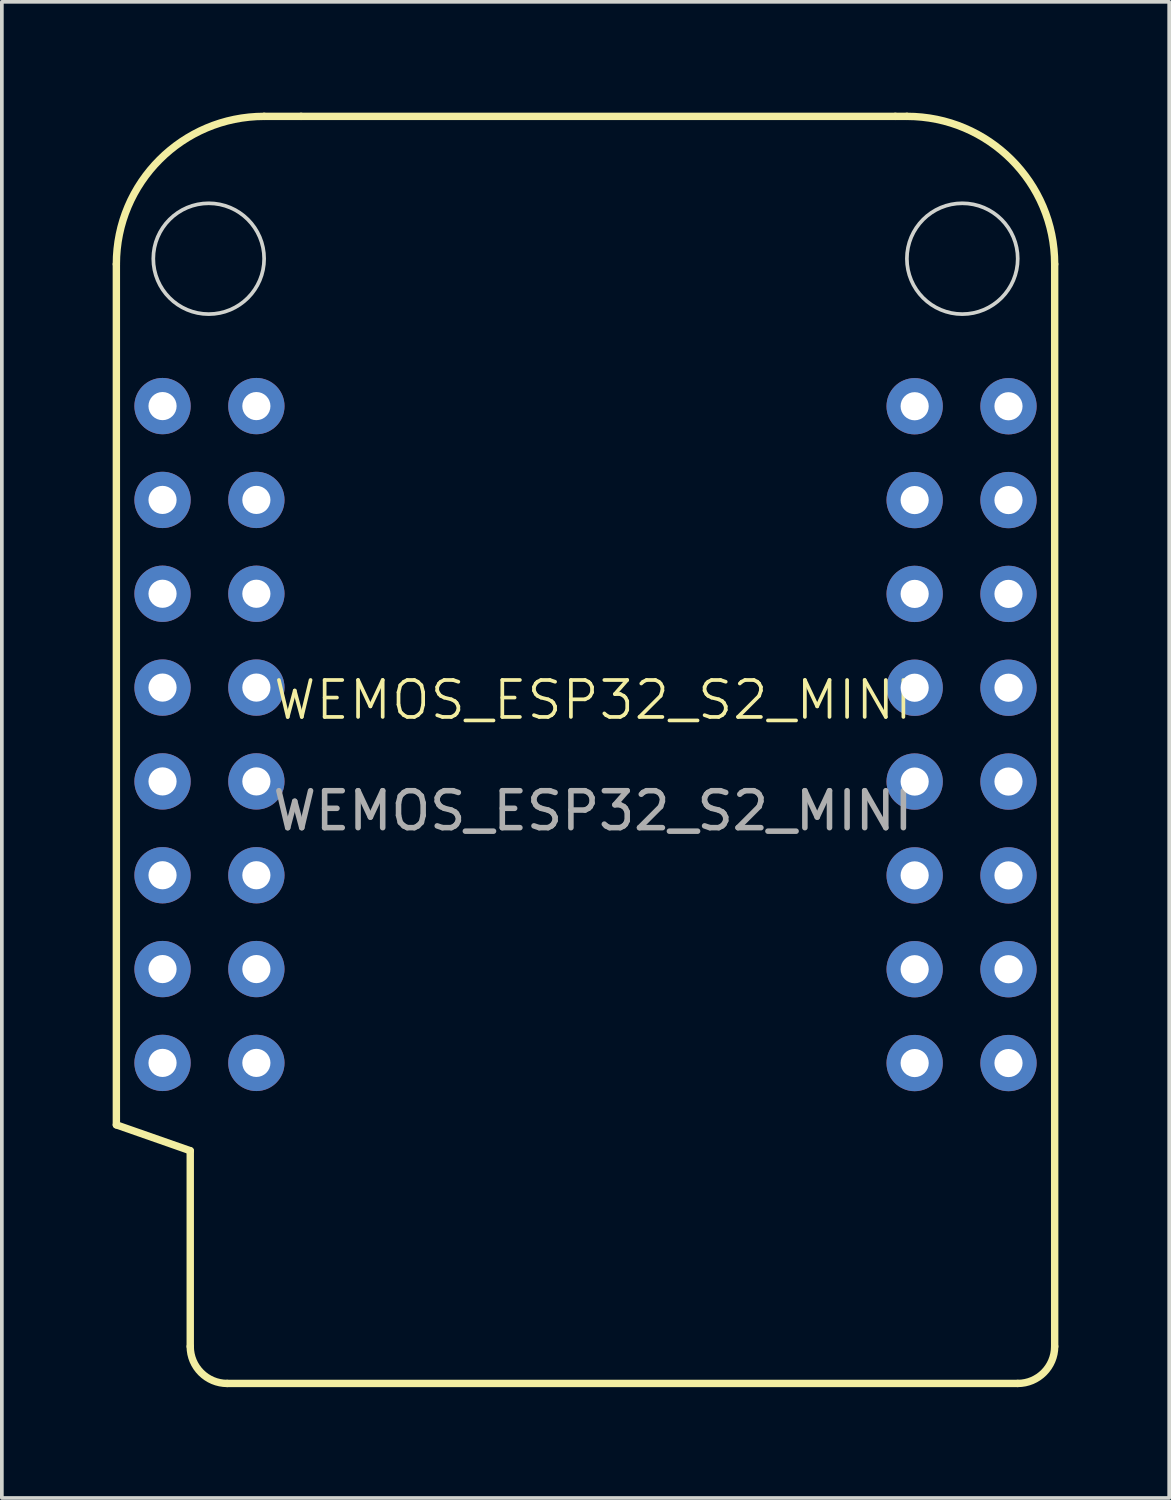
<source format=kicad_pcb>
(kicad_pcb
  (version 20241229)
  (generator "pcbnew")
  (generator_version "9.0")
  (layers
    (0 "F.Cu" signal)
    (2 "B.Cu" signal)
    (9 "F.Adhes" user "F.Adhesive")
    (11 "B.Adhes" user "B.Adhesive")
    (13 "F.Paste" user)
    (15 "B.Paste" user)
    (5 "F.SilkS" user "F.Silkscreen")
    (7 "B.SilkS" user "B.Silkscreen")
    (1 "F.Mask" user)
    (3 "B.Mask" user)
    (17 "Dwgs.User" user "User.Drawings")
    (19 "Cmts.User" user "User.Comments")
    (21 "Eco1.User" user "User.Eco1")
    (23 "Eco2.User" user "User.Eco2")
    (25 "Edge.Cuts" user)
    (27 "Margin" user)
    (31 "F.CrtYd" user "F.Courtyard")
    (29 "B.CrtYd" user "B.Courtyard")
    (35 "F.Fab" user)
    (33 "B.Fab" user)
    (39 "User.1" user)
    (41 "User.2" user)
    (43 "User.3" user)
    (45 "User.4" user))
  (footprint "WEMOS_ESP32_S2_MINI"
    (layer "F.Cu")
    (at 13 16.4)
    (property "Reference" "WEMOS_ESP32_S2_MINI" (at 0 -0.5 0) (unlocked yes) (layer "F.SilkS") (effects (font (size 1 1) (thickness 0.1))))
    (attr through_hole)
    (fp_line (start -12.9 -12.3) (end -12.9 11) (stroke (width 0.2) (type default)) (layer "F.SilkS"))
    (fp_line (start -12.9 11) (end -10.9 11.7) (stroke (width 0.2) (type default)) (layer "F.SilkS"))
    (fp_line (start -10.9 11.7) (end -10.9 17) (stroke (width 0.2) (type default)) (layer "F.SilkS"))
    (fp_line (start -9.9 18) (end 11.5 18) (stroke (width 0.2) (type default)) (layer "F.SilkS"))
    (fp_line (start -7.9 -16.3) (end -8.9 -16.3) (stroke (width 0.2) (type default)) (layer "F.SilkS"))
    (fp_line (start -7.9 -16.3) (end 8.186 -16.3) (stroke (width 0.2) (type default)) (layer "F.SilkS"))
    (fp_line (start 8.5 -16.3) (end 8.186 -16.3) (stroke (width 0.2) (type default)) (layer "F.SilkS"))
    (fp_line (start 12.5 17) (end 12.5 -12.3) (stroke (width 0.2) (type default)) (layer "F.SilkS"))
    (fp_arc (start -12.9 -12.3) (mid -11.728427 -15.128427) (end -8.9 -16.3) (stroke (width 0.2) (type default)) (layer "F.SilkS"))
    (fp_arc (start -9.9 18) (mid -10.607107 17.707107) (end -10.9 17) (stroke (width 0.2) (type default)) (layer "F.SilkS"))
    (fp_arc (start 8.5 -16.3) (mid 11.328427 -15.128427) (end 12.5 -12.3) (stroke (width 0.2) (type default)) (layer "F.SilkS"))
    (fp_arc (start 12.5 17) (mid 12.207107 17.707107) (end 11.5 18) (stroke (width 0.2) (type default)) (layer "F.SilkS"))
    (fp_circle (center -10.4 -12.447) (end -8.9 -12.447) (stroke (width 0.1) (type default)) (fill no) (layer "Edge.Cuts"))
    (fp_circle (center 10 -12.447) (end 11.5 -12.447) (stroke (width 0.1) (type default)) (fill no) (layer "Edge.Cuts"))
    (fp_text user "${REFERENCE}" (at 0 2.5 0) (unlocked yes) (layer "F.Fab") (effects (font (size 1 1) (thickness 0.15))))
    (pad "1" thru_hole circle (at -11.65 9.323) (size 1.524 1.524) (drill 0.762) (layers "*.Cu" "*.Mask"))
    (pad "2" thru_hole circle (at -11.65 6.783) (size 1.524 1.524) (drill 0.762) (layers "*.Cu" "*.Mask"))
    (pad "3" thru_hole circle (at -11.65 4.243) (size 1.524 1.524) (drill 0.762) (layers "*.Cu" "*.Mask"))
    (pad "4" thru_hole circle (at -11.65 1.703) (size 1.524 1.524) (drill 0.762) (layers "*.Cu" "*.Mask"))
    (pad "5" thru_hole circle (at -11.65 -0.837) (size 1.524 1.524) (drill 0.762) (layers "*.Cu" "*.Mask"))
    (pad "6" thru_hole circle (at -11.65 -3.377) (size 1.524 1.524) (drill 0.762) (layers "*.Cu" "*.Mask"))
    (pad "7" thru_hole circle (at -11.65 -5.917) (size 1.524 1.524) (drill 0.762) (layers "*.Cu" "*.Mask"))
    (pad "8" thru_hole circle (at -11.65 -8.457) (size 1.524 1.524) (drill 0.762) (layers "*.Cu" "*.Mask"))
    (pad "9" thru_hole circle (at -9.11 9.323) (size 1.524 1.524) (drill 0.762) (layers "*.Cu" "*.Mask"))
    (pad "10" thru_hole circle (at -9.11 6.783) (size 1.524 1.524) (drill 0.762) (layers "*.Cu" "*.Mask"))
    (pad "11" thru_hole circle (at -9.11 4.243) (size 1.524 1.524) (drill 0.762) (layers "*.Cu" "*.Mask"))
    (pad "12" thru_hole circle (at -9.11 1.703) (size 1.524 1.524) (drill 0.762) (layers "*.Cu" "*.Mask"))
    (pad "13" thru_hole circle (at -9.11 -0.837) (size 1.524 1.524) (drill 0.762) (layers "*.Cu" "*.Mask"))
    (pad "14" thru_hole circle (at -9.11 -3.377) (size 1.524 1.524) (drill 0.762) (layers "*.Cu" "*.Mask"))
    (pad "15" thru_hole circle (at -9.11 -5.917) (size 1.524 1.524) (drill 0.762) (layers "*.Cu" "*.Mask"))
    (pad "16" thru_hole circle (at -9.11 -8.457) (size 1.524 1.524) (drill 0.762) (layers "*.Cu" "*.Mask"))
    (pad "17" thru_hole circle (at 8.71 9.327) (size 1.524 1.524) (drill 0.762) (layers "*.Cu" "*.Mask"))
    (pad "18" thru_hole circle (at 8.71 6.787) (size 1.524 1.524) (drill 0.762) (layers "*.Cu" "*.Mask"))
    (pad "19" thru_hole circle (at 8.71 4.247) (size 1.524 1.524) (drill 0.762) (layers "*.Cu" "*.Mask"))
    (pad "20" thru_hole circle (at 8.71 1.707) (size 1.524 1.524) (drill 0.762) (layers "*.Cu" "*.Mask"))
    (pad "21" thru_hole circle (at 8.71 -0.833) (size 1.524 1.524) (drill 0.762) (layers "*.Cu" "*.Mask"))
    (pad "22" thru_hole circle (at 8.71 -3.373) (size 1.524 1.524) (drill 0.762) (layers "*.Cu" "*.Mask"))
    (pad "23" thru_hole circle (at 8.71 -5.913) (size 1.524 1.524) (drill 0.762) (layers "*.Cu" "*.Mask"))
    (pad "24" thru_hole circle (at 8.71 -8.453) (size 1.524 1.524) (drill 0.762) (layers "*.Cu" "*.Mask"))
    (pad "25" thru_hole circle (at 11.25 9.327) (size 1.524 1.524) (drill 0.762) (layers "*.Cu" "*.Mask"))
    (pad "26" thru_hole circle (at 11.25 6.787) (size 1.524 1.524) (drill 0.762) (layers "*.Cu" "*.Mask"))
    (pad "27" thru_hole circle (at 11.25 4.247) (size 1.524 1.524) (drill 0.762) (layers "*.Cu" "*.Mask"))
    (pad "28" thru_hole circle (at 11.25 1.707) (size 1.524 1.524) (drill 0.762) (layers "*.Cu" "*.Mask"))
    (pad "29" thru_hole circle (at 11.25 -0.833) (size 1.524 1.524) (drill 0.762) (layers "*.Cu" "*.Mask"))
    (pad "30" thru_hole circle (at 11.25 -3.373) (size 1.524 1.524) (drill 0.762) (layers "*.Cu" "*.Mask"))
    (pad "31" thru_hole circle (at 11.25 -5.913) (size 1.524 1.524) (drill 0.762) (layers "*.Cu" "*.Mask"))
    (pad "32" thru_hole circle (at 11.25 -8.453) (size 1.524 1.524) (drill 0.762) (layers "*.Cu" "*.Mask"))
    (zone (net_name "") (layers "F.Cu" "B.Cu") (name "Ground Keepout") (hatch edge 0.5) (connect_pads) (min_thickness 0.25) (filled_areas_thickness no) (keepout (tracks allowed) (vias not_allowed) (pads not_allowed) (copperpour not_allowed) (footprints allowed)) (placement (enabled no)) (fill) (polygon (pts (xy 25.383 0.06) (xy 0.403 0.06) (xy 0.403 6.24) (xy 25.383 6.24)))))
  (gr_rect
    (start -3 -3)
    (end 28.6 37.5)
    (stroke (width 0.1) (type default))
    (fill no)
    (layer "Edge.Cuts")))
</source>
